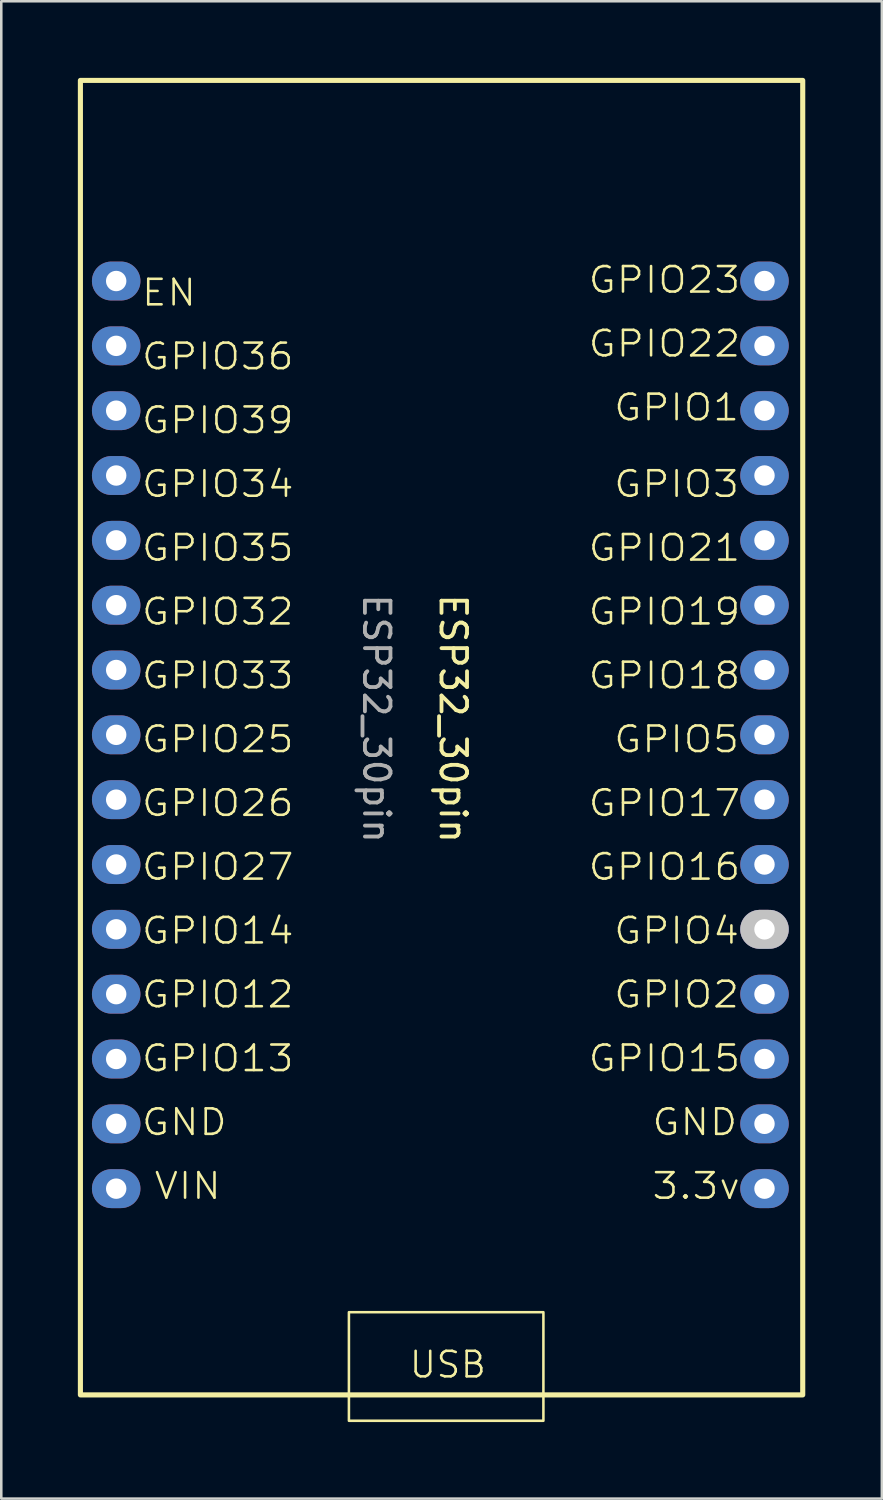
<source format=kicad_pcb>
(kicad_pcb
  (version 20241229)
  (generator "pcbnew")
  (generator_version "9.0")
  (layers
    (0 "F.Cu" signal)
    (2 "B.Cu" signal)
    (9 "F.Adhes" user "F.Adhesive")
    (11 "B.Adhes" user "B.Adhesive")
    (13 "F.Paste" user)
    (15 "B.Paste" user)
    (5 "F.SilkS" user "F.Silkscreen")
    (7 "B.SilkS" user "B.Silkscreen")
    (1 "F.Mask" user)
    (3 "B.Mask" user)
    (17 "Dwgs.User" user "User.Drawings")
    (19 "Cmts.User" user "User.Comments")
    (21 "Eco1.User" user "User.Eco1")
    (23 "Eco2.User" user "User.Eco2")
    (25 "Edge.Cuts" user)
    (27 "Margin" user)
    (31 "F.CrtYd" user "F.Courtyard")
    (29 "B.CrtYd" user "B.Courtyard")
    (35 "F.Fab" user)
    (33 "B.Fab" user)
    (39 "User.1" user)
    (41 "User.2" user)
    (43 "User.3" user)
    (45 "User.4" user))
  (footprint "ESP32_30pin"
    (layer "F.Cu")
    (at 13.43 26.5)
    (property "Reference" "ESP32_30pin" (at 1.272 -1.395 270) (unlocked yes) (layer "F.SilkS") (effects (font (size 1 1) (thickness 0.15))))
    (fp_rect (start -13.33 -26.4) (end 14.97 25.1) (stroke (width 0.2) (type default)) (fill no) (layer "F.SilkS"))
    (fp_rect (start -2.81 21.86) (end 4.81 26.114) (stroke (width 0.1) (type default)) (fill no) (layer "F.SilkS"))
    (fp_text user "GPIO14" (at -11 7.5 0) (unlocked yes) (layer "F.SilkS") (effects (font (size 1 1.1) (thickness 0.1)) (justify left bottom)))
    (fp_text user "GPIO39" (at -11 -12.5 0) (unlocked yes) (layer "F.SilkS") (effects (font (size 1 1.1) (thickness 0.1)) (justify left bottom)))
    (fp_text user "GPIO32" (at -11 -5 0) (unlocked yes) (layer "F.SilkS") (effects (font (size 1 1.1) (thickness 0.1)) (justify left bottom)))
    (fp_text user "GPIO36" (at -11 -15 0) (unlocked yes) (layer "F.SilkS") (effects (font (size 1 1.1) (thickness 0.1)) (justify left bottom)))
    (fp_text user "GPIO17" (at 6.5 2.5 0) (unlocked yes) (layer "F.SilkS") (effects (font (size 1 1.1) (thickness 0.1)) (justify left bottom)))
    (fp_text user "GPIO27" (at -11 5 0) (unlocked yes) (layer "F.SilkS") (effects (font (size 1 1.1) (thickness 0.1)) (justify left bottom)))
    (fp_text user "VIN" (at -10.5 17.5 0) (unlocked yes) (layer "F.SilkS") (effects (font (size 1 1.1) (thickness 0.1)) (justify left bottom)))
    (fp_text user "GND" (at -11 15 0) (unlocked yes) (layer "F.SilkS") (effects (font (size 1 1.1) (thickness 0.1)) (justify left bottom)))
    (fp_text user "GPIO2" (at 7.5 10 0) (unlocked yes) (layer "F.SilkS") (effects (font (size 1 1.1) (thickness 0.1)) (justify left bottom)))
    (fp_text user "GPIO15" (at 6.5 12.5 0) (unlocked yes) (layer "F.SilkS") (effects (font (size 1 1.1) (thickness 0.1)) (justify left bottom)))
    (fp_text user "GPIO23" (at 6.5 -18 0) (unlocked yes) (layer "F.SilkS") (effects (font (size 1 1.1) (thickness 0.1)) (justify left bottom)))
    (fp_text user "GPIO34" (at -11 -10 0) (unlocked yes) (layer "F.SilkS") (effects (font (size 1 1.1) (thickness 0.1)) (justify left bottom)))
    (fp_text user "3.3v" (at 9 17.5 0) (unlocked yes) (layer "F.SilkS") (effects (font (size 1 1.1) (thickness 0.1)) (justify left bottom)))
    (fp_text user "GPIO1" (at 7.5 -13 0) (unlocked yes) (layer "F.SilkS") (effects (font (size 1 1.1) (thickness 0.1)) (justify left bottom)))
    (fp_text user "GPIO22" (at 6.5 -15.5 0) (unlocked yes) (layer "F.SilkS") (effects (font (size 1 1.1) (thickness 0.1)) (justify left bottom)))
    (fp_text user "GPIO21" (at 6.5 -7.5 0) (unlocked yes) (layer "F.SilkS") (effects (font (size 1 1.1) (thickness 0.1)) (justify left bottom)))
    (fp_text user "GPIO16" (at 6.5 5 0) (unlocked yes) (layer "F.SilkS") (effects (font (size 1 1.1) (thickness 0.1)) (justify left bottom)))
    (fp_text user "GPIO3" (at 7.5 -10 0) (unlocked yes) (layer "F.SilkS") (effects (font (size 1 1.1) (thickness 0.1)) (justify left bottom)))
    (fp_text user "GPIO12" (at -11 10 0) (unlocked yes) (layer "F.SilkS") (effects (font (size 1 1.1) (thickness 0.1)) (justify left bottom)))
    (fp_text user "GND" (at 9 15 0) (unlocked yes) (layer "F.SilkS") (effects (font (size 1 1.1) (thickness 0.1)) (justify left bottom)))
    (fp_text user "GPIO4" (at 7.5 7.5 0) (unlocked yes) (layer "F.SilkS") (effects (font (size 1 1.1) (thickness 0.1)) (justify left bottom)))
    (fp_text user "GPIO25" (at -11 0 0) (unlocked yes) (layer "F.SilkS") (effects (font (size 1 1.1) (thickness 0.1)) (justify left bottom)))
    (fp_text user "EN" (at -11 -17.5 0) (unlocked yes) (layer "F.SilkS") (effects (font (size 1 1.1) (thickness 0.1)) (justify left bottom)))
    (fp_text user "GPIO35" (at -11 -7.5 0) (unlocked yes) (layer "F.SilkS") (effects (font (size 1 1.1) (thickness 0.1)) (justify left bottom)))
    (fp_text user "GPIO5" (at 7.5 0 0) (unlocked yes) (layer "F.SilkS") (effects (font (size 1 1.1) (thickness 0.1)) (justify left bottom)))
    (fp_text user "USB" (at -0.5 24.5 0) (unlocked yes) (layer "F.SilkS") (effects (font (size 1 1) (thickness 0.1)) (justify left bottom)))
    (fp_text user "GPIO19" (at 6.5 -5 0) (unlocked yes) (layer "F.SilkS") (effects (font (size 1 1.1) (thickness 0.1)) (justify left bottom)))
    (fp_text user "GPIO13" (at -11 12.5 0) (unlocked yes) (layer "F.SilkS") (effects (font (size 1 1.1) (thickness 0.1)) (justify left bottom)))
    (fp_text user "GPIO26" (at -11 2.5 0) (unlocked yes) (layer "F.SilkS") (effects (font (size 1 1.1) (thickness 0.1)) (justify left bottom)))
    (fp_text user "GPIO33" (at -11 -2.5 0) (unlocked yes) (layer "F.SilkS") (effects (font (size 1 1.1) (thickness 0.1)) (justify left bottom)))
    (fp_text user "GPIO18" (at 6.5 -2.5 0) (unlocked yes) (layer "F.SilkS") (effects (font (size 1 1.1) (thickness 0.1)) (justify left bottom)))
    (fp_text user "${REFERENCE}" (at -1.728 -1.395 270) (unlocked yes) (layer "F.Fab") (effects (font (size 1 1) (thickness 0.15))))
    (pad "1" thru_hole oval (at -11.928 17.02 270) (size 1.524 1.9) (drill 0.8) (layers "*.Cu" "*.Mask"))
    (pad "2" thru_hole oval (at -11.928 14.48 270) (size 1.524 1.9) (drill 0.8) (layers "*.Cu" "*.Mask"))
    (pad "3" thru_hole oval (at -11.928 11.94 270) (size 1.524 1.9) (drill 0.8) (layers "*.Cu" "*.Mask"))
    (pad "4" thru_hole oval (at -11.928 9.4 270) (size 1.524 1.9) (drill 0.8) (layers "*.Cu" "*.Mask"))
    (pad "5" thru_hole oval (at -11.928 6.86 270) (size 1.524 1.9) (drill 0.8) (layers "*.Cu" "*.Mask"))
    (pad "6" thru_hole oval (at -11.928 4.32 270) (size 1.524 1.9) (drill 0.8) (layers "*.Cu" "*.Mask"))
    (pad "7" thru_hole oval (at -11.928 1.78 270) (size 1.524 1.9) (drill 0.8) (layers "*.Cu" "*.Mask"))
    (pad "8" thru_hole oval (at -11.928 -0.76 270) (size 1.524 1.9) (drill 0.8) (layers "*.Cu" "*.Mask"))
    (pad "9" thru_hole oval (at -11.928 -3.3 270) (size 1.524 1.9) (drill 0.8) (layers "*.Cu" "*.Mask"))
    (pad "10" thru_hole oval (at -11.928 -5.84 270) (size 1.524 1.9) (drill 0.8) (layers "*.Cu" "*.Mask"))
    (pad "11" thru_hole oval (at -11.928 -8.38 270) (size 1.524 1.9) (drill 0.8) (layers "*.Cu" "*.Mask"))
    (pad "12" thru_hole oval (at -11.928 -10.92 270) (size 1.524 1.9) (drill 0.8) (layers "*.Cu" "*.Mask"))
    (pad "13" thru_hole oval (at -11.928 -13.46 270) (size 1.524 1.9) (drill 0.8) (layers "*.Cu" "*.Mask"))
    (pad "14" thru_hole oval (at -11.928 -16 270) (size 1.524 1.9) (drill 0.8) (layers "*.Cu" "*.Mask"))
    (pad "15" thru_hole oval (at -11.928 -18.54 270) (size 1.524 1.9) (drill 0.8) (layers "*.Cu" "*.Mask"))
    (pad "16" thru_hole oval (at 13.472 17.02 270) (size 1.524 1.9) (drill 0.8) (layers "*.Cu" "*.Mask"))
    (pad "17" thru_hole oval (at 13.472 14.48 270) (size 1.524 1.9) (drill 0.8) (layers "*.Cu" "*.Mask"))
    (pad "18" thru_hole oval (at 13.472 11.94 270) (size 1.524 1.9) (drill 0.8) (layers "*.Cu" "*.Mask"))
    (pad "19" thru_hole oval (at 13.472 9.4 270) (size 1.524 1.9) (drill 0.8) (layers "*.Cu" "*.Mask"))
    (pad "20" thru_hole oval (at 13.472 6.86 270) (size 1.524 1.9) (drill 0.8) (layers "*.Cu" "*.Mask" "Dwgs.User"))
    (pad "21" thru_hole oval (at 13.472 4.32 270) (size 1.524 1.9) (drill 0.8) (layers "*.Cu" "*.Mask"))
    (pad "22" thru_hole oval (at 13.472 1.78 270) (size 1.524 1.9) (drill 0.8) (layers "*.Cu" "*.Mask"))
    (pad "23" thru_hole oval (at 13.472 -0.76 270) (size 1.524 1.9) (drill 0.8) (layers "*.Cu" "*.Mask"))
    (pad "24" thru_hole oval (at 13.472 -3.3 270) (size 1.524 1.9) (drill 0.8) (layers "*.Cu" "*.Mask"))
    (pad "25" thru_hole oval (at 13.472 -5.84 270) (size 1.524 1.9) (drill 0.8) (layers "*.Cu" "*.Mask"))
    (pad "26" thru_hole oval (at 13.472 -8.38 270) (size 1.524 1.9) (drill 0.8) (layers "*.Cu" "*.Mask"))
    (pad "27" thru_hole oval (at 13.472 -10.92 270) (size 1.524 1.9) (drill 0.8) (layers "*.Cu" "*.Mask"))
    (pad "28" thru_hole oval (at 13.472 -13.46 270) (size 1.524 1.9) (drill 0.8) (layers "*.Cu" "*.Mask"))
    (pad "29" thru_hole oval (at 13.472 -16 270) (size 1.524 1.9) (drill 0.8) (layers "*.Cu" "*.Mask"))
    (pad "30" thru_hole oval (at 13.472 -18.54 270) (size 1.524 1.9) (drill 0.8) (layers "*.Cu" "*.Mask")))
  (gr_rect
    (start -3 -3)
    (end 31.5 55.664)
    (stroke (width 0.1) (type default))
    (fill no)
    (layer "Edge.Cuts")))
</source>
